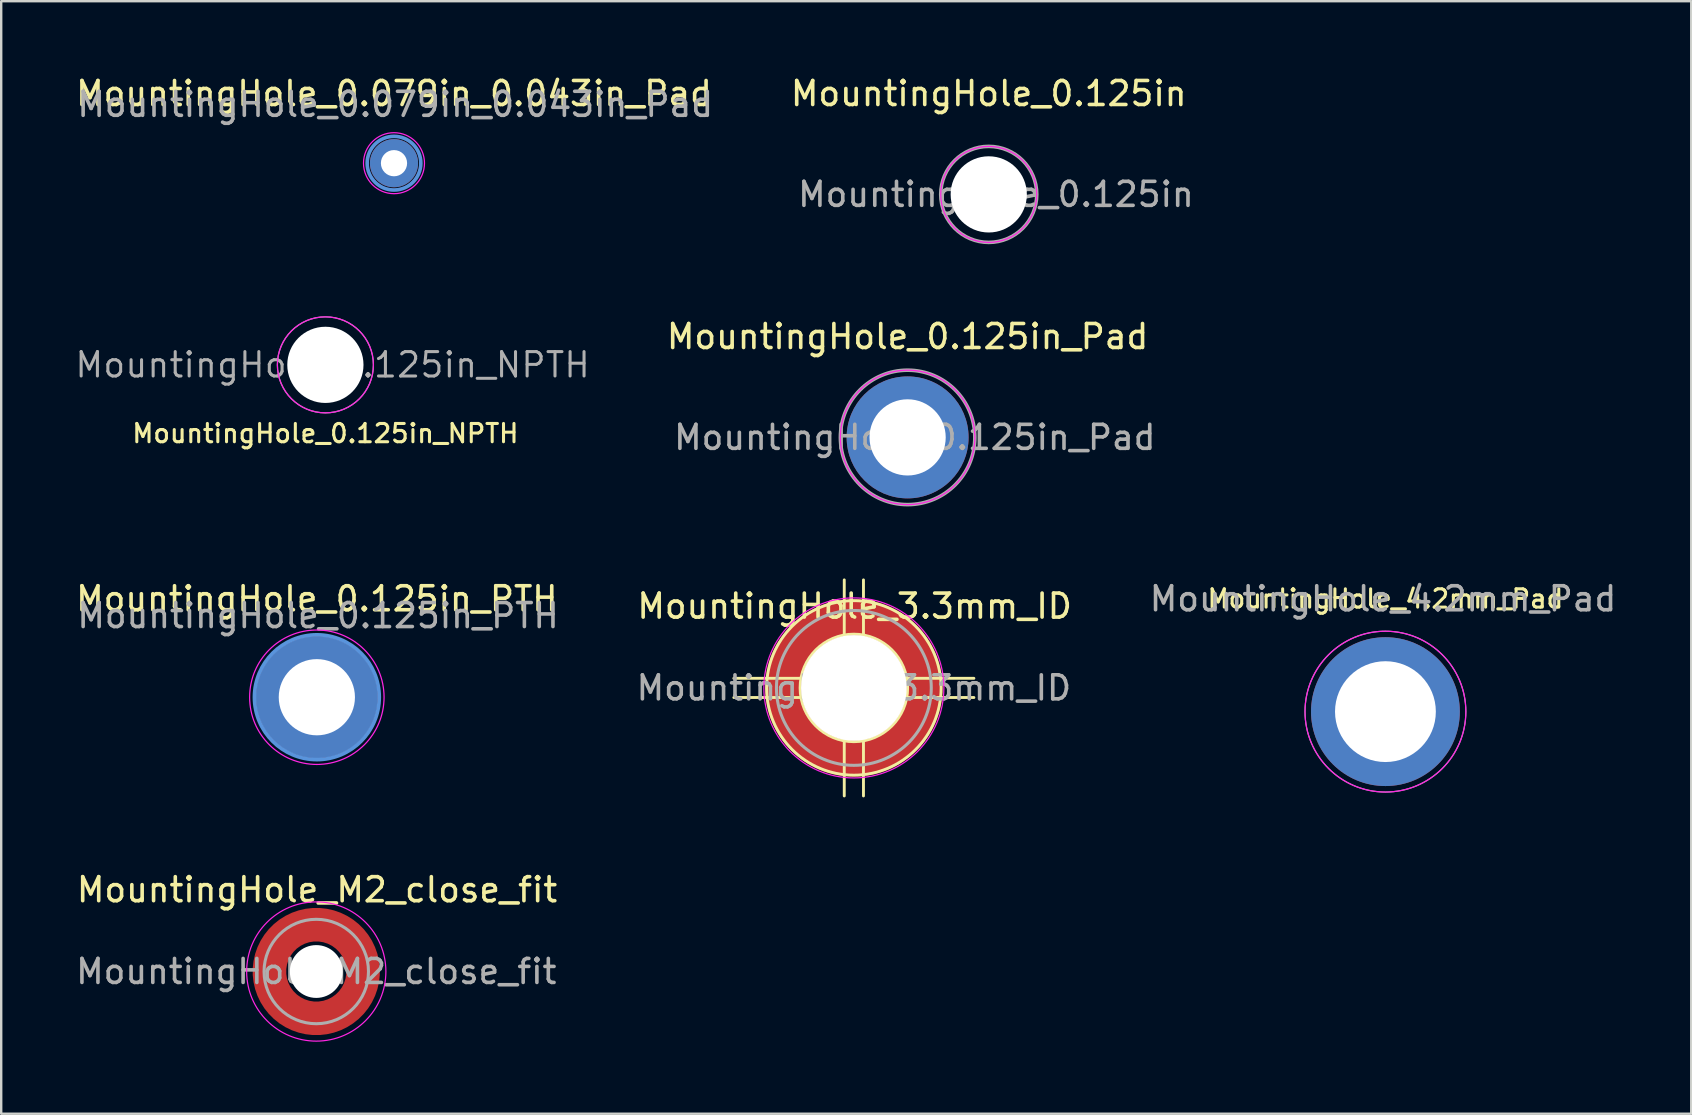
<source format=kicad_pcb>
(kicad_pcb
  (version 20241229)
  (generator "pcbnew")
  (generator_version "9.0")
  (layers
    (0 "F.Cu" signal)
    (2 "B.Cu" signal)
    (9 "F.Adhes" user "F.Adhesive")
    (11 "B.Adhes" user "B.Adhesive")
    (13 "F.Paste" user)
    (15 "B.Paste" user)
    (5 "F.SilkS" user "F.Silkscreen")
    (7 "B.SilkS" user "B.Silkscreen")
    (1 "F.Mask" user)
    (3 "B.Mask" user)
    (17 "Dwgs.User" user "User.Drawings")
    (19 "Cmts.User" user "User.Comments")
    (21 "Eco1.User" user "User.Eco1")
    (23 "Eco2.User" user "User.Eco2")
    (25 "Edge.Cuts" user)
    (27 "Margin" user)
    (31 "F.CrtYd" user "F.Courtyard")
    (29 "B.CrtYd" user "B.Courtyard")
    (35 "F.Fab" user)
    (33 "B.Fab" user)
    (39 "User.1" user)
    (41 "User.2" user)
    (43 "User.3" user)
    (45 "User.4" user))
  (footprint "MountingHole_0.125in"
    (layer "F.Cu")
    (at 38.139 5.048)
    (property "Reference" "MountingHole_0.125in" (at 0 -4.2 0) (layer "F.SilkS") (effects (font (size 1 1) (thickness 0.15))))
    (attr exclude_from_pos_files exclude_from_bom)
    (fp_circle (center 0 0) (end 2 0) (stroke (width 0.05) (type solid)) (fill no) (layer "F.CrtYd"))
    (fp_circle (center 0 0) (end 2 0) (stroke (width 0.15) (type solid)) (fill no) (layer "F.Fab"))
    (fp_text user "${REFERENCE}" (at 0.3 0 0) (layer "F.Fab") (effects (font (size 1 1) (thickness 0.15))))
    (pad "" np_thru_hole circle (at 0 0) (size 3.175 3.175) (drill 3.175) (layers "*.Cu" "*.Mask")))
  (footprint "MountingHole_0.125in_Pad"
    (layer "F.Cu")
    (at 34.759 15.171)
    (property "Reference" "MountingHole_0.125in_Pad" (at 0 -4.2 0) (layer "F.SilkS") (effects (font (size 1 1) (thickness 0.15))))
    (attr exclude_from_pos_files exclude_from_bom)
    (fp_circle (center 0 0) (end 2.8 0) (stroke (width 0.05) (type solid)) (fill no) (layer "F.CrtYd"))
    (fp_circle (center 0 0) (end 2.8 0) (stroke (width 0.15) (type solid)) (fill no) (layer "F.Fab"))
    (fp_text user "${REFERENCE}" (at 0.3 0 0) (layer "F.Fab") (effects (font (size 1 1) (thickness 0.15))))
    (pad "1" thru_hole circle (at 0 0) (size 5.08 5.08) (drill 3.175) (layers "*.Cu" "*.Mask")))
  (footprint "MountingHole_3.3mm_ID"
    (layer "F.Cu")
    (at 32.52 25.607)
    (property "Reference" "MountingHole_3.3mm_ID" (at 0.032 -3.406 0) (layer "F.SilkS") (effects (font (size 1 1) (thickness 0.15))))
    (attr smd)
    (fp_line (start -5 -0.4) (end 5 -0.4) (stroke (width 0.12) (type solid)) (layer "F.SilkS"))
    (fp_line (start -5 0.4) (end 5 0.4) (stroke (width 0.12) (type solid)) (layer "F.SilkS"))
    (fp_line (start -0.4 -4.5) (end -0.4 4.5) (stroke (width 0.12) (type solid)) (layer "F.SilkS"))
    (fp_line (start 0.4 -4.5) (end 0.4 4.5) (stroke (width 0.12) (type solid)) (layer "F.SilkS"))
    (fp_circle (center 0 0) (end 2.24 0) (stroke (width 0.12) (type solid)) (fill no) (layer "F.SilkS"))
    (fp_circle (center 0 0) (end 3.635 0) (stroke (width 0.12) (type solid)) (fill no) (layer "F.SilkS"))
    (fp_poly (pts (xy -2.54 0.3) (xy -1.52 0.3) (xy -1.51 0.355) (xy -1.49 0.43) (xy -1.46 0.525) (xy -1.42 0.625) (xy -1.355 0.755) (xy -1.31 0.83) (xy -1.255 0.91) (xy -1.205 0.975) (xy -1.145 1.045) (xy -1.11 1.08) (xy -1.07 1.12) (xy -1.025 1.165) (xy -0.97 1.21) (xy -0.89 1.27) (xy -0.815 1.32) (xy -0.745 1.36) (xy -0.645 1.41) (xy -0.575 1.44) (xy -0.51 1.465) (xy -0.43 1.49) (xy -0.355 1.51) (xy -0.3 1.52) (xy -0.3 2.54) (xy -0.36 2.535) (xy -0.425 2.525) (xy -0.51 2.51) (xy -0.6 2.49) (xy -0.675 2.47) (xy -0.75 2.45) (xy -0.825 2.425) (xy -0.895 2.4) (xy -0.97 2.37) (xy -1.04 2.34) (xy -1.115 2.305) (xy -1.165 2.28) (xy -1.25 2.235) (xy -1.32 2.195) (xy -1.39 2.15) (xy -1.465 2.1) (xy -1.56 2.03) (xy -1.655 1.955) (xy -1.715 1.9) (xy -1.785 1.835) (xy -1.845 1.775) (xy -1.905 1.71) (xy -1.955 1.655) (xy -2.01 1.585) (xy -2.06 1.52) (xy -2.11 1.45) (xy -2.16 1.375) (xy -2.2 1.31) (xy -2.245 1.23) (xy -2.285 1.155) (xy -2.325 1.075) (xy -2.36 0.995) (xy -2.39 0.92) (xy -2.415 0.855) (xy -2.445 0.76) (xy -2.475 0.66) (xy -2.5 0.56) (xy -2.515 0.485) (xy -2.525 0.425) (xy -2.535 0.36)) (stroke (width 0.01) (type solid)) (fill yes) (layer "F.Paste"))
    (fp_poly (pts (xy -0.3 -2.54) (xy -0.3 -1.52) (xy -0.355 -1.51) (xy -0.43 -1.49) (xy -0.525 -1.46) (xy -0.625 -1.42) (xy -0.755 -1.355) (xy -0.83 -1.31) (xy -0.91 -1.255) (xy -0.975 -1.205) (xy -1.045 -1.145) (xy -1.08 -1.11) (xy -1.12 -1.07) (xy -1.165 -1.025) (xy -1.21 -0.97) (xy -1.27 -0.89) (xy -1.32 -0.815) (xy -1.36 -0.745) (xy -1.41 -0.645) (xy -1.44 -0.575) (xy -1.465 -0.51) (xy -1.49 -0.43) (xy -1.51 -0.355) (xy -1.52 -0.3) (xy -2.54 -0.3) (xy -2.535 -0.36) (xy -2.525 -0.425) (xy -2.51 -0.51) (xy -2.49 -0.6) (xy -2.47 -0.675) (xy -2.45 -0.75) (xy -2.425 -0.825) (xy -2.4 -0.895) (xy -2.37 -0.97) (xy -2.34 -1.04) (xy -2.305 -1.115) (xy -2.28 -1.165) (xy -2.235 -1.25) (xy -2.195 -1.32) (xy -2.15 -1.39) (xy -2.1 -1.465) (xy -2.03 -1.56) (xy -1.955 -1.655) (xy -1.9 -1.715) (xy -1.835 -1.785) (xy -1.775 -1.845) (xy -1.71 -1.905) (xy -1.655 -1.955) (xy -1.585 -2.01) (xy -1.52 -2.06) (xy -1.45 -2.11) (xy -1.375 -2.16) (xy -1.31 -2.2) (xy -1.23 -2.245) (xy -1.155 -2.285) (xy -1.075 -2.325) (xy -0.995 -2.36) (xy -0.92 -2.39) (xy -0.855 -2.415) (xy -0.76 -2.445) (xy -0.66 -2.475) (xy -0.56 -2.5) (xy -0.485 -2.515) (xy -0.425 -2.525) (xy -0.36 -2.535)) (stroke (width 0.01) (type solid)) (fill yes) (layer "F.Paste"))
    (fp_poly (pts (xy 0.3 2.54) (xy 0.3 1.52) (xy 0.355 1.51) (xy 0.43 1.49) (xy 0.525 1.46) (xy 0.625 1.42) (xy 0.755 1.355) (xy 0.83 1.31) (xy 0.91 1.255) (xy 0.975 1.205) (xy 1.045 1.145) (xy 1.08 1.11) (xy 1.12 1.07) (xy 1.165 1.025) (xy 1.21 0.97) (xy 1.27 0.89) (xy 1.32 0.815) (xy 1.36 0.745) (xy 1.41 0.645) (xy 1.44 0.575) (xy 1.465 0.51) (xy 1.49 0.43) (xy 1.51 0.355) (xy 1.52 0.3) (xy 2.54 0.3) (xy 2.535 0.36) (xy 2.525 0.425) (xy 2.51 0.51) (xy 2.49 0.6) (xy 2.47 0.675) (xy 2.45 0.75) (xy 2.425 0.825) (xy 2.4 0.895) (xy 2.37 0.97) (xy 2.34 1.04) (xy 2.305 1.115) (xy 2.28 1.165) (xy 2.235 1.25) (xy 2.195 1.32) (xy 2.15 1.39) (xy 2.1 1.465) (xy 2.03 1.56) (xy 1.955 1.655) (xy 1.9 1.715) (xy 1.835 1.785) (xy 1.775 1.845) (xy 1.71 1.905) (xy 1.655 1.955) (xy 1.585 2.01) (xy 1.52 2.06) (xy 1.45 2.11) (xy 1.375 2.16) (xy 1.31 2.2) (xy 1.23 2.245) (xy 1.155 2.285) (xy 1.075 2.325) (xy 0.995 2.36) (xy 0.92 2.39) (xy 0.855 2.415) (xy 0.76 2.445) (xy 0.66 2.475) (xy 0.56 2.5) (xy 0.485 2.515) (xy 0.425 2.525) (xy 0.36 2.535)) (stroke (width 0.01) (type solid)) (fill yes) (layer "F.Paste"))
    (fp_circle (center 0 0) (end 3.75 0) (stroke (width 0.05) (type solid)) (fill no) (layer "F.CrtYd"))
    (fp_circle (center 0 0) (end 3.225 0) (stroke (width 0.127) (type solid)) (fill no) (layer "F.Fab"))
    (fp_text user "${REFERENCE}" (at 0 0 0) (layer "F.Fab") (effects (font (size 1 1) (thickness 0.15))))
    (pad "" np_thru_hole circle (at 0 0) (size 4.4 4.4) (drill 4.4) (layers "*.Cu" "*.Mask"))
    (pad "1" smd circle (at 0 0) (size 7.4 7.4) (layers "F.Cu" "F.Mask")))
  (footprint "MountingHole_0.079in_0.043in_Pad"
    (layer "F.Cu")
    (at 13.363 3.748)
    (property "Reference" "MountingHole_0.079in_0.043in_Pad" (at 0 -2.9 0) (layer "F.SilkS") (effects (font (size 1 1) (thickness 0.15))))
    (attr exclude_from_pos_files exclude_from_bom)
    (fp_circle (center 0 0) (end 1.118 0) (stroke (width 0.152) (type solid)) (fill no) (layer "Cmts.User"))
    (fp_circle (center 0 0) (end 1.27 0) (stroke (width 0.051) (type solid)) (fill no) (layer "F.CrtYd"))
    (fp_text user "${REFERENCE}" (at 0.05 -2.45 0) (layer "F.Fab") (effects (font (size 1 1) (thickness 0.15))))
    (pad "1" thru_hole circle (at 0 0) (size 2.007 2.007) (drill 1.092) (layers "*.Cu" "*.Mask")))
  (footprint "MountingHole_M2_close_fit"
    (layer "F.Cu")
    (at 10.125 37.421)
    (property "Reference" "MountingHole_M2_close_fit" (at 0.032 -3.406 0) (layer "F.SilkS") (effects (font (size 1 1) (thickness 0.15))))
    (attr smd)
    (fp_circle (center 0 0) (end 2.9 0) (stroke (width 0.05) (type solid)) (fill no) (layer "F.CrtYd"))
    (fp_circle (center 0 0) (end 2.175 0) (stroke (width 0.127) (type solid)) (fill no) (layer "F.Fab"))
    (fp_text user "${REFERENCE}" (at 0 0 0) (layer "F.Fab") (effects (font (size 1 1) (thickness 0.15))))
    (pad "" np_thru_hole circle (at 0 0) (size 2.2 2.2) (drill 2.2) (layers "*.Cu" "*.Mask"))
    (pad "1" smd custom (at 1.95 0) (size 1 1) (layers "F.Cu" "F.Mask") (options (anchor circle)) (primitives (gr_circle (center -1.95 0) (end 0 0) (width 1.4) (fill no)))))
  (footprint "MountingHole_0.125in_PTH"
    (layer "F.Cu")
    (at 10.149 25.995)
    (property "Reference" "MountingHole_0.125in_PTH" (at 0 -4.1 0) (layer "F.SilkS") (effects (font (size 1 1) (thickness 0.15))))
    (attr exclude_from_pos_files exclude_from_bom)
    (fp_circle (center 0 0) (end 2.6 0) (stroke (width 0.152) (type solid)) (fill no) (layer "Cmts.User"))
    (fp_circle (center 0 0) (end 2.8 0) (stroke (width 0.051) (type solid)) (fill no) (layer "F.CrtYd"))
    (fp_text user "${REFERENCE}" (at 0.05 -3.4 0) (layer "F.Fab") (effects (font (size 1 1) (thickness 0.15))))
    (pad "1" thru_hole circle (at 0 0) (size 5.08 5.08) (drill 3.175) (layers "*.Cu" "*.Mask")))
  (footprint "MountingHole_0.125in_NPTH"
    (layer "F.Cu")
    (at 10.505 12.149)
    (property "Reference" "MountingHole_0.125in_NPTH" (at 0 2.857 0) (layer "F.SilkS") (effects (font (size 0.762 0.762) (thickness 0.127))))
    (attr exclude_from_pos_files exclude_from_bom)
    (fp_circle (center 0 0) (end 2 0) (stroke (width 0.05) (type solid)) (fill no) (layer "F.CrtYd"))
    (fp_circle (center 0 0) (end 2 0) (stroke (width 0.051) (type solid)) (fill no) (layer "F.Fab"))
    (fp_text user "${REFERENCE}" (at 0.3 0 0) (layer "F.Fab") (effects (font (size 1.016 1.016) (thickness 0.127))))
    (pad "" np_thru_hole circle (at 0 0) (size 3.175 3.175) (drill 3.175) (layers "*.Cu" "*.Mask")))
  (footprint "MountingHole_4.2mm_Pad"
    (layer "F.Cu")
    (at 54.664 26.595)
    (property "Reference" "MountingHole_4.2mm_Pad" (at 0 -4.7 0) (layer "F.SilkS") (effects (font (size 0.762 0.762) (thickness 0.127))))
    (attr smd)
    (fp_circle (center 0 0) (end 3.35 0) (stroke (width 0.05) (type solid)) (fill no) (layer "F.CrtYd"))
    (fp_circle (center 0 0) (end 3.35 0) (stroke (width 0.05) (type solid)) (fill no) (layer "F.Fab"))
    (fp_text user "${REFERENCE}" (at -0.1 -4.7 0) (layer "F.Fab") (effects (font (size 1 1) (thickness 0.15))))
    (pad "1" thru_hole circle (at 0 0) (size 6.2 6.2) (drill 4.2) (layers "*.Cu" "*.Mask")))
  (gr_rect
    (start -3 -3)
    (end 67.403 43.346)
    (stroke (width 0.1) (type default))
    (fill no)
    (layer "Edge.Cuts")))
</source>
